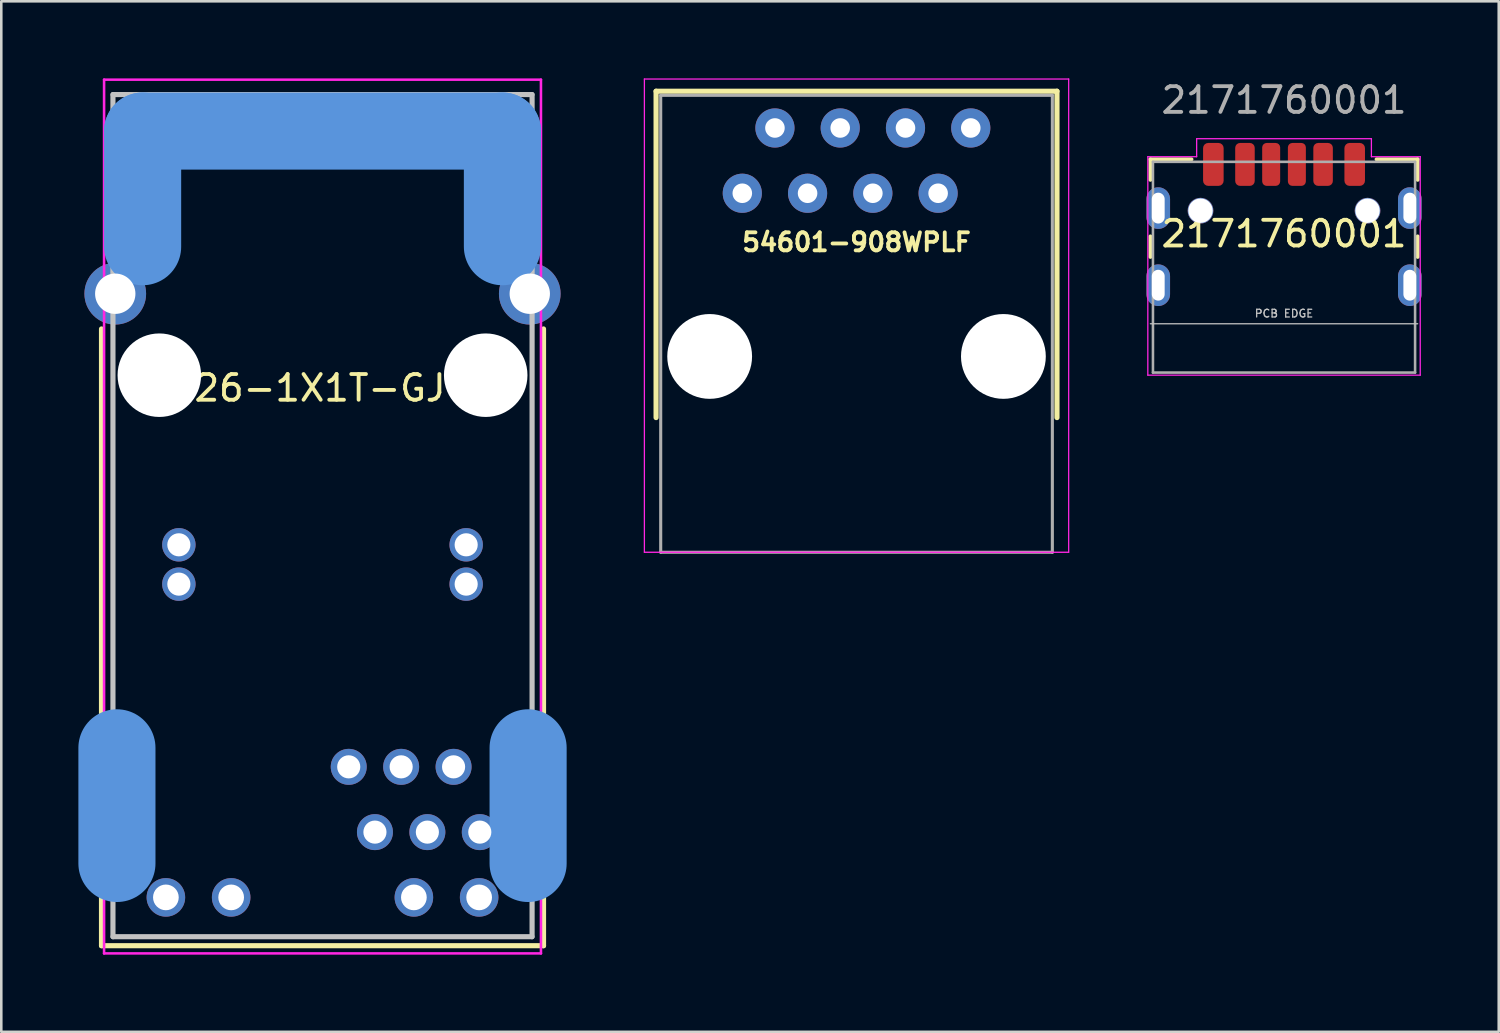
<source format=kicad_pcb>
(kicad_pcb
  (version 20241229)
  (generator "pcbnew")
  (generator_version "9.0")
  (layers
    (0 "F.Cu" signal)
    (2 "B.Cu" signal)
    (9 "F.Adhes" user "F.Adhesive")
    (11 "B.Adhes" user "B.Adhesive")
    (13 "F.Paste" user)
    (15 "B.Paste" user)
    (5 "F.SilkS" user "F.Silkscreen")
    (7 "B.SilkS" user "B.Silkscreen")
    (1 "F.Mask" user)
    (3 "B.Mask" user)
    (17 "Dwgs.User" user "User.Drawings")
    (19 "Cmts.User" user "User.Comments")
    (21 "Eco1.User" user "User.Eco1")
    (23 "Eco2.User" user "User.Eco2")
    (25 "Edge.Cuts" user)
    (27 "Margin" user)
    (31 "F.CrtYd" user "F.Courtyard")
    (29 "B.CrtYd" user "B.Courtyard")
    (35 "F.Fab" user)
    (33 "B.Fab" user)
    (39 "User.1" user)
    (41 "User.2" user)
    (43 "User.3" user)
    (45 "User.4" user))
  (footprint "2171760001"
    (layer "F.Cu")
    (at 46.915 9.548)
    (property "Reference" "2171760001" (at 0 -3.5 0) (unlocked yes) (layer "F.SilkS") (effects (font (size 1 1) (thickness 0.15))))
    (attr smd)
    (fp_line (start -5.2 -6.4) (end -5.2 -5.6) (stroke (width 0.15) (type solid)) (layer "F.SilkS"))
    (fp_line (start -5.2 -3.4) (end -5.2 -2.6) (stroke (width 0.15) (type solid)) (layer "F.SilkS"))
    (fp_line (start -3.6 -6.4) (end -5.2 -6.4) (stroke (width 0.15) (type solid)) (layer "F.SilkS"))
    (fp_line (start 5.2 -6.4) (end 3.6 -6.4) (stroke (width 0.15) (type solid)) (layer "F.SilkS"))
    (fp_line (start 5.2 -6.4) (end 5.2 -5.6) (stroke (width 0.15) (type solid)) (layer "F.SilkS"))
    (fp_line (start 5.2 -3.4) (end 5.2 -2.6) (stroke (width 0.15) (type solid)) (layer "F.SilkS"))
    (fp_line (start -5.2 0) (end 5.2 0) (stroke (width 0.05) (type solid)) (layer "Dwgs.User"))
    (fp_line (start -5.3 -6.5) (end -5.3 2) (stroke (width 0.05) (type solid)) (layer "F.CrtYd"))
    (fp_line (start -5.3 2) (end 5.3 2) (stroke (width 0.05) (type solid)) (layer "F.CrtYd"))
    (fp_line (start -3.4 -7.2) (end -3.4 -6.5) (stroke (width 0.05) (type solid)) (layer "F.CrtYd"))
    (fp_line (start -3.4 -6.5) (end -5.3 -6.5) (stroke (width 0.05) (type solid)) (layer "F.CrtYd"))
    (fp_line (start 3.4 -7.2) (end -3.4 -7.2) (stroke (width 0.05) (type solid)) (layer "F.CrtYd"))
    (fp_line (start 3.4 -6.5) (end 3.4 -7.2) (stroke (width 0.05) (type solid)) (layer "F.CrtYd"))
    (fp_line (start 5.3 -6.5) (end 3.4 -6.5) (stroke (width 0.05) (type solid)) (layer "F.CrtYd"))
    (fp_line (start 5.3 2) (end 5.3 -6.5) (stroke (width 0.05) (type solid)) (layer "F.CrtYd"))
    (fp_line (start -5.1 -6.3) (end 5.1 -6.3) (stroke (width 0.1) (type solid)) (layer "F.Fab"))
    (fp_line (start -5.1 1.9) (end -5.1 -6.3) (stroke (width 0.1) (type solid)) (layer "F.Fab"))
    (fp_line (start 5.1 -6.3) (end 5.1 1.9) (stroke (width 0.1) (type solid)) (layer "F.Fab"))
    (fp_line (start 5.1 1.9) (end -5.1 1.9) (stroke (width 0.1) (type solid)) (layer "F.Fab"))
    (fp_text user "PCB EDGE" (at 0 -0.4 0) (unlocked yes) (layer "Dwgs.User") (effects (font (size 0.3 0.3) (thickness 0.05))))
    (fp_text user "${REFERENCE}" (at 0 -8.7 0) (unlocked yes) (layer "F.Fab") (effects (font (size 1 1) (thickness 0.15))))
    (pad "" np_thru_hole circle (at -3.25 -4.4) (size 1 1) (drill 0.95) (layers "*.Cu" "*.Mask"))
    (pad "" np_thru_hole circle (at 3.25 -4.4) (size 1 1) (drill 0.95) (layers "*.Cu" "*.Mask"))
    (pad "A1" smd roundrect (at -2.75 -6.2) (size 0.8 1.67) (layers "F.Cu" "F.Mask" "F.Paste") (roundrect_rratio 0.25))
    (pad "A4" smd roundrect (at -1.52 -6.2) (size 0.76 1.67) (layers "F.Cu" "F.Mask" "F.Paste") (roundrect_rratio 0.25))
    (pad "A5" smd roundrect (at -0.5 -6.2) (size 0.7 1.67) (layers "F.Cu" "F.Mask" "F.Paste") (roundrect_rratio 0.25))
    (pad "B1" smd roundrect (at 2.75 -6.2) (size 0.8 1.67) (layers "F.Cu" "F.Mask" "F.Paste") (roundrect_rratio 0.25))
    (pad "B4" smd roundrect (at 1.52 -6.2) (size 0.76 1.67) (layers "F.Cu" "F.Mask" "F.Paste") (roundrect_rratio 0.25))
    (pad "B5" smd roundrect (at 0.5 -6.2) (size 0.7 1.67) (layers "F.Cu" "F.Mask" "F.Paste") (roundrect_rratio 0.25))
    (pad "S1" thru_hole oval (at -4.895 -4.5) (size 0.92 1.62) (drill oval 0.5 1.2) (layers "*.Cu" "*.Mask" "F.Paste"))
    (pad "S1" thru_hole oval (at -4.895 -1.5) (size 0.92 1.62) (drill oval 0.5 1.2) (layers "*.Cu" "*.Mask" "F.Paste"))
    (pad "S1" thru_hole oval (at 4.895 -4.5) (size 0.92 1.62) (drill oval 0.5 1.2) (layers "*.Cu" "*.Mask" "F.Paste"))
    (pad "S1" thru_hole oval (at 4.895 -1.5) (size 0.92 1.62) (drill oval 0.5 1.2) (layers "*.Cu" "*.Mask" "F.Paste")))
  (footprint "0826-1X1T-GJ-F"
    (layer "F.Cu")
    (at 9.5 11.55)
    (property "Reference" "0826-1X1T-GJ-F" (at 0 0.5 0) (layer "F.SilkS") (effects (font (size 1 1) (thickness 0.15))))
    (attr through_hole)
    (fp_line (start -8.6 22.2) (end -8.6 -1.8) (stroke (width 0.2) (type solid)) (layer "F.SilkS"))
    (fp_line (start 8.6 -1.8) (end 8.6 22.2) (stroke (width 0.2) (type solid)) (layer "F.SilkS"))
    (fp_line (start 8.6 22.2) (end -8.6 22.2) (stroke (width 0.2) (type solid)) (layer "F.SilkS"))
    (fp_line (start -8.155 -10.92) (end -8.155 21.85) (stroke (width 0.2) (type solid)) (layer "Dwgs.User"))
    (fp_line (start -8.15 -10.92) (end 8.15 -10.92) (stroke (width 0.2) (type solid)) (layer "Dwgs.User"))
    (fp_line (start -8.15 21.85) (end 8.15 21.85) (stroke (width 0.2) (type solid)) (layer "Dwgs.User"))
    (fp_line (start 8.155 -10.92) (end 8.155 21.85) (stroke (width 0.2) (type solid)) (layer "Dwgs.User"))
    (fp_line (start -8 19) (end -8 14.5) (stroke (width 3) (type solid)) (layer "Cmts.User"))
    (fp_line (start -7 -9.5) (end 7 -9.5) (stroke (width 3) (type solid)) (layer "Cmts.User"))
    (fp_line (start -7 -5) (end -7 -9.5) (stroke (width 3) (type solid)) (layer "Cmts.User"))
    (fp_line (start 7 -9.5) (end 7 -5) (stroke (width 3) (type solid)) (layer "Cmts.User"))
    (fp_line (start 8 14.5) (end 8 19) (stroke (width 3) (type solid)) (layer "Cmts.User"))
    (fp_line (start -8.5 -11.5) (end 8.5 -11.5) (stroke (width 0.1) (type solid)) (layer "F.CrtYd"))
    (fp_line (start -8.5 22.5) (end -8.5 -11.5) (stroke (width 0.1) (type solid)) (layer "F.CrtYd"))
    (fp_line (start 8.5 -11.5) (end 8.5 22.5) (stroke (width 0.1) (type solid)) (layer "F.CrtYd"))
    (fp_line (start 8.5 22.5) (end -8.5 22.5) (stroke (width 0.1) (type solid)) (layer "F.CrtYd"))
    (pad "" np_thru_hole circle (at -6.35 0) (size 3.25 3.25) (drill 3.25) (layers "*.Cu" "*.Mask"))
    (pad "" np_thru_hole circle (at 6.35 0) (size 3.25 3.25) (drill 3.25) (layers "*.Cu" "*.Mask"))
    (pad "4" thru_hole circle (at 1.02 15.24) (size 1.4 1.4) (drill 0.9) (layers "*.Cu" "*.Mask"))
    (pad "5" thru_hole circle (at 3.06 15.24) (size 1.4 1.4) (drill 0.9) (layers "*.Cu" "*.Mask"))
    (pad "6" thru_hole circle (at 5.1 15.24) (size 1.4 1.4) (drill 0.9) (layers "*.Cu" "*.Mask"))
    (pad "10" thru_hole circle (at 2.04 17.78) (size 1.4 1.4) (drill 0.9) (layers "*.Cu" "*.Mask"))
    (pad "11" thru_hole circle (at 4.08 17.78) (size 1.4 1.4) (drill 0.9) (layers "*.Cu" "*.Mask"))
    (pad "12" thru_hole circle (at 6.12 17.78) (size 1.4 1.4) (drill 0.9) (layers "*.Cu" "*.Mask"))
    (pad "13" thru_hole circle (at -5.59 8.13) (size 1.3 1.3) (drill 0.9) (layers "*.Cu" "*.Mask"))
    (pad "14" thru_hole circle (at 5.59 8.13) (size 1.3 1.3) (drill 0.9) (layers "*.Cu" "*.Mask"))
    (pad "15" thru_hole circle (at -5.59 6.6) (size 1.3 1.3) (drill 0.9) (layers "*.Cu" "*.Mask"))
    (pad "16" thru_hole circle (at 5.59 6.6) (size 1.3 1.3) (drill 0.9) (layers "*.Cu" "*.Mask"))
    (pad "17" thru_hole circle (at -6.095 20.32) (size 1.5 1.5) (drill 1) (layers "*.Cu" "*.Mask"))
    (pad "18" thru_hole circle (at -3.555 20.32) (size 1.5 1.5) (drill 1) (layers "*.Cu" "*.Mask"))
    (pad "19" thru_hole circle (at 3.555 20.32) (size 1.5 1.5) (drill 1) (layers "*.Cu" "*.Mask"))
    (pad "20" thru_hole circle (at 6.095 20.32) (size 1.5 1.5) (drill 1) (layers "*.Cu" "*.Mask"))
    (pad "SH1" thru_hole circle (at -8.065 -3.17) (size 2.4 2.4) (drill 1.57) (layers "*.Cu" "*.Mask"))
    (pad "SH2" thru_hole circle (at 8.065 -3.17) (size 2.4 2.4) (drill 1.57) (layers "*.Cu" "*.Mask")))
  (footprint "54601-908WPLF"
    (layer "F.Cu")
    (at 30.28 3.2)
    (property "Reference" "54601-908WPLF" (at 0 3.175 0) (layer "F.SilkS") (effects (font (size 0.7 0.7) (thickness 0.15))))
    (attr through_hole)
    (fp_line (start -7.8 -2.7) (end 7.8 -2.7) (stroke (width 0.2) (type solid)) (layer "F.SilkS"))
    (fp_line (start -7.8 10) (end -7.8 -2.7) (stroke (width 0.2) (type solid)) (layer "F.SilkS"))
    (fp_line (start 7.8 -2.7) (end 7.8 10) (stroke (width 0.2) (type solid)) (layer "F.SilkS"))
    (fp_line (start -8.255 -3.175) (end 8.255 -3.175) (stroke (width 0.05) (type solid)) (layer "F.CrtYd"))
    (fp_line (start -8.255 15.24) (end -8.255 -3.175) (stroke (width 0.05) (type solid)) (layer "F.CrtYd"))
    (fp_line (start 8.255 -3.175) (end 8.255 15.24) (stroke (width 0.05) (type solid)) (layer "F.CrtYd"))
    (fp_line (start 8.255 15.24) (end -8.255 15.24) (stroke (width 0.05) (type solid)) (layer "F.CrtYd"))
    (fp_line (start -7.62 -2.54) (end -7.62 15.24) (stroke (width 0.12) (type solid)) (layer "F.Fab"))
    (fp_line (start -7.62 15.24) (end 7.62 15.24) (stroke (width 0.12) (type solid)) (layer "F.Fab"))
    (fp_line (start 7.62 -2.54) (end -7.62 -2.54) (stroke (width 0.12) (type solid)) (layer "F.Fab"))
    (fp_line (start 7.62 15.24) (end 7.62 -2.54) (stroke (width 0.12) (type solid)) (layer "F.Fab"))
    (pad "" np_thru_hole circle (at -5.715 7.62) (size 3.3 3.3) (drill 3.3) (layers "*.Cu" "*.Mask"))
    (pad "" np_thru_hole circle (at 5.715 7.62) (size 3.3 3.3) (drill 3.3) (layers "*.Cu" "*.Mask"))
    (pad "1" thru_hole circle (at 4.445 -1.27) (size 1.524 1.524) (drill 0.762) (layers "*.Cu" "*.Mask"))
    (pad "2" thru_hole circle (at 3.175 1.27) (size 1.524 1.524) (drill 0.762) (layers "*.Cu" "*.Mask"))
    (pad "3" thru_hole circle (at 1.905 -1.27) (size 1.524 1.524) (drill 0.762) (layers "*.Cu" "*.Mask"))
    (pad "4" thru_hole circle (at 0.635 1.27) (size 1.524 1.524) (drill 0.762) (layers "*.Cu" "*.Mask"))
    (pad "5" thru_hole circle (at -0.635 -1.27) (size 1.524 1.524) (drill 0.762) (layers "*.Cu" "*.Mask"))
    (pad "6" thru_hole circle (at -1.905 1.27) (size 1.524 1.524) (drill 0.762) (layers "*.Cu" "*.Mask"))
    (pad "7" thru_hole circle (at -3.175 -1.27) (size 1.524 1.524) (drill 0.762) (layers "*.Cu" "*.Mask"))
    (pad "8" thru_hole circle (at -4.445 1.27) (size 1.524 1.524) (drill 0.762) (layers "*.Cu" "*.Mask")))
  (gr_rect
    (start -3 -3)
    (end 55.27 37.1)
    (stroke (width 0.1) (type default))
    (fill no)
    (layer "Edge.Cuts")))
</source>
